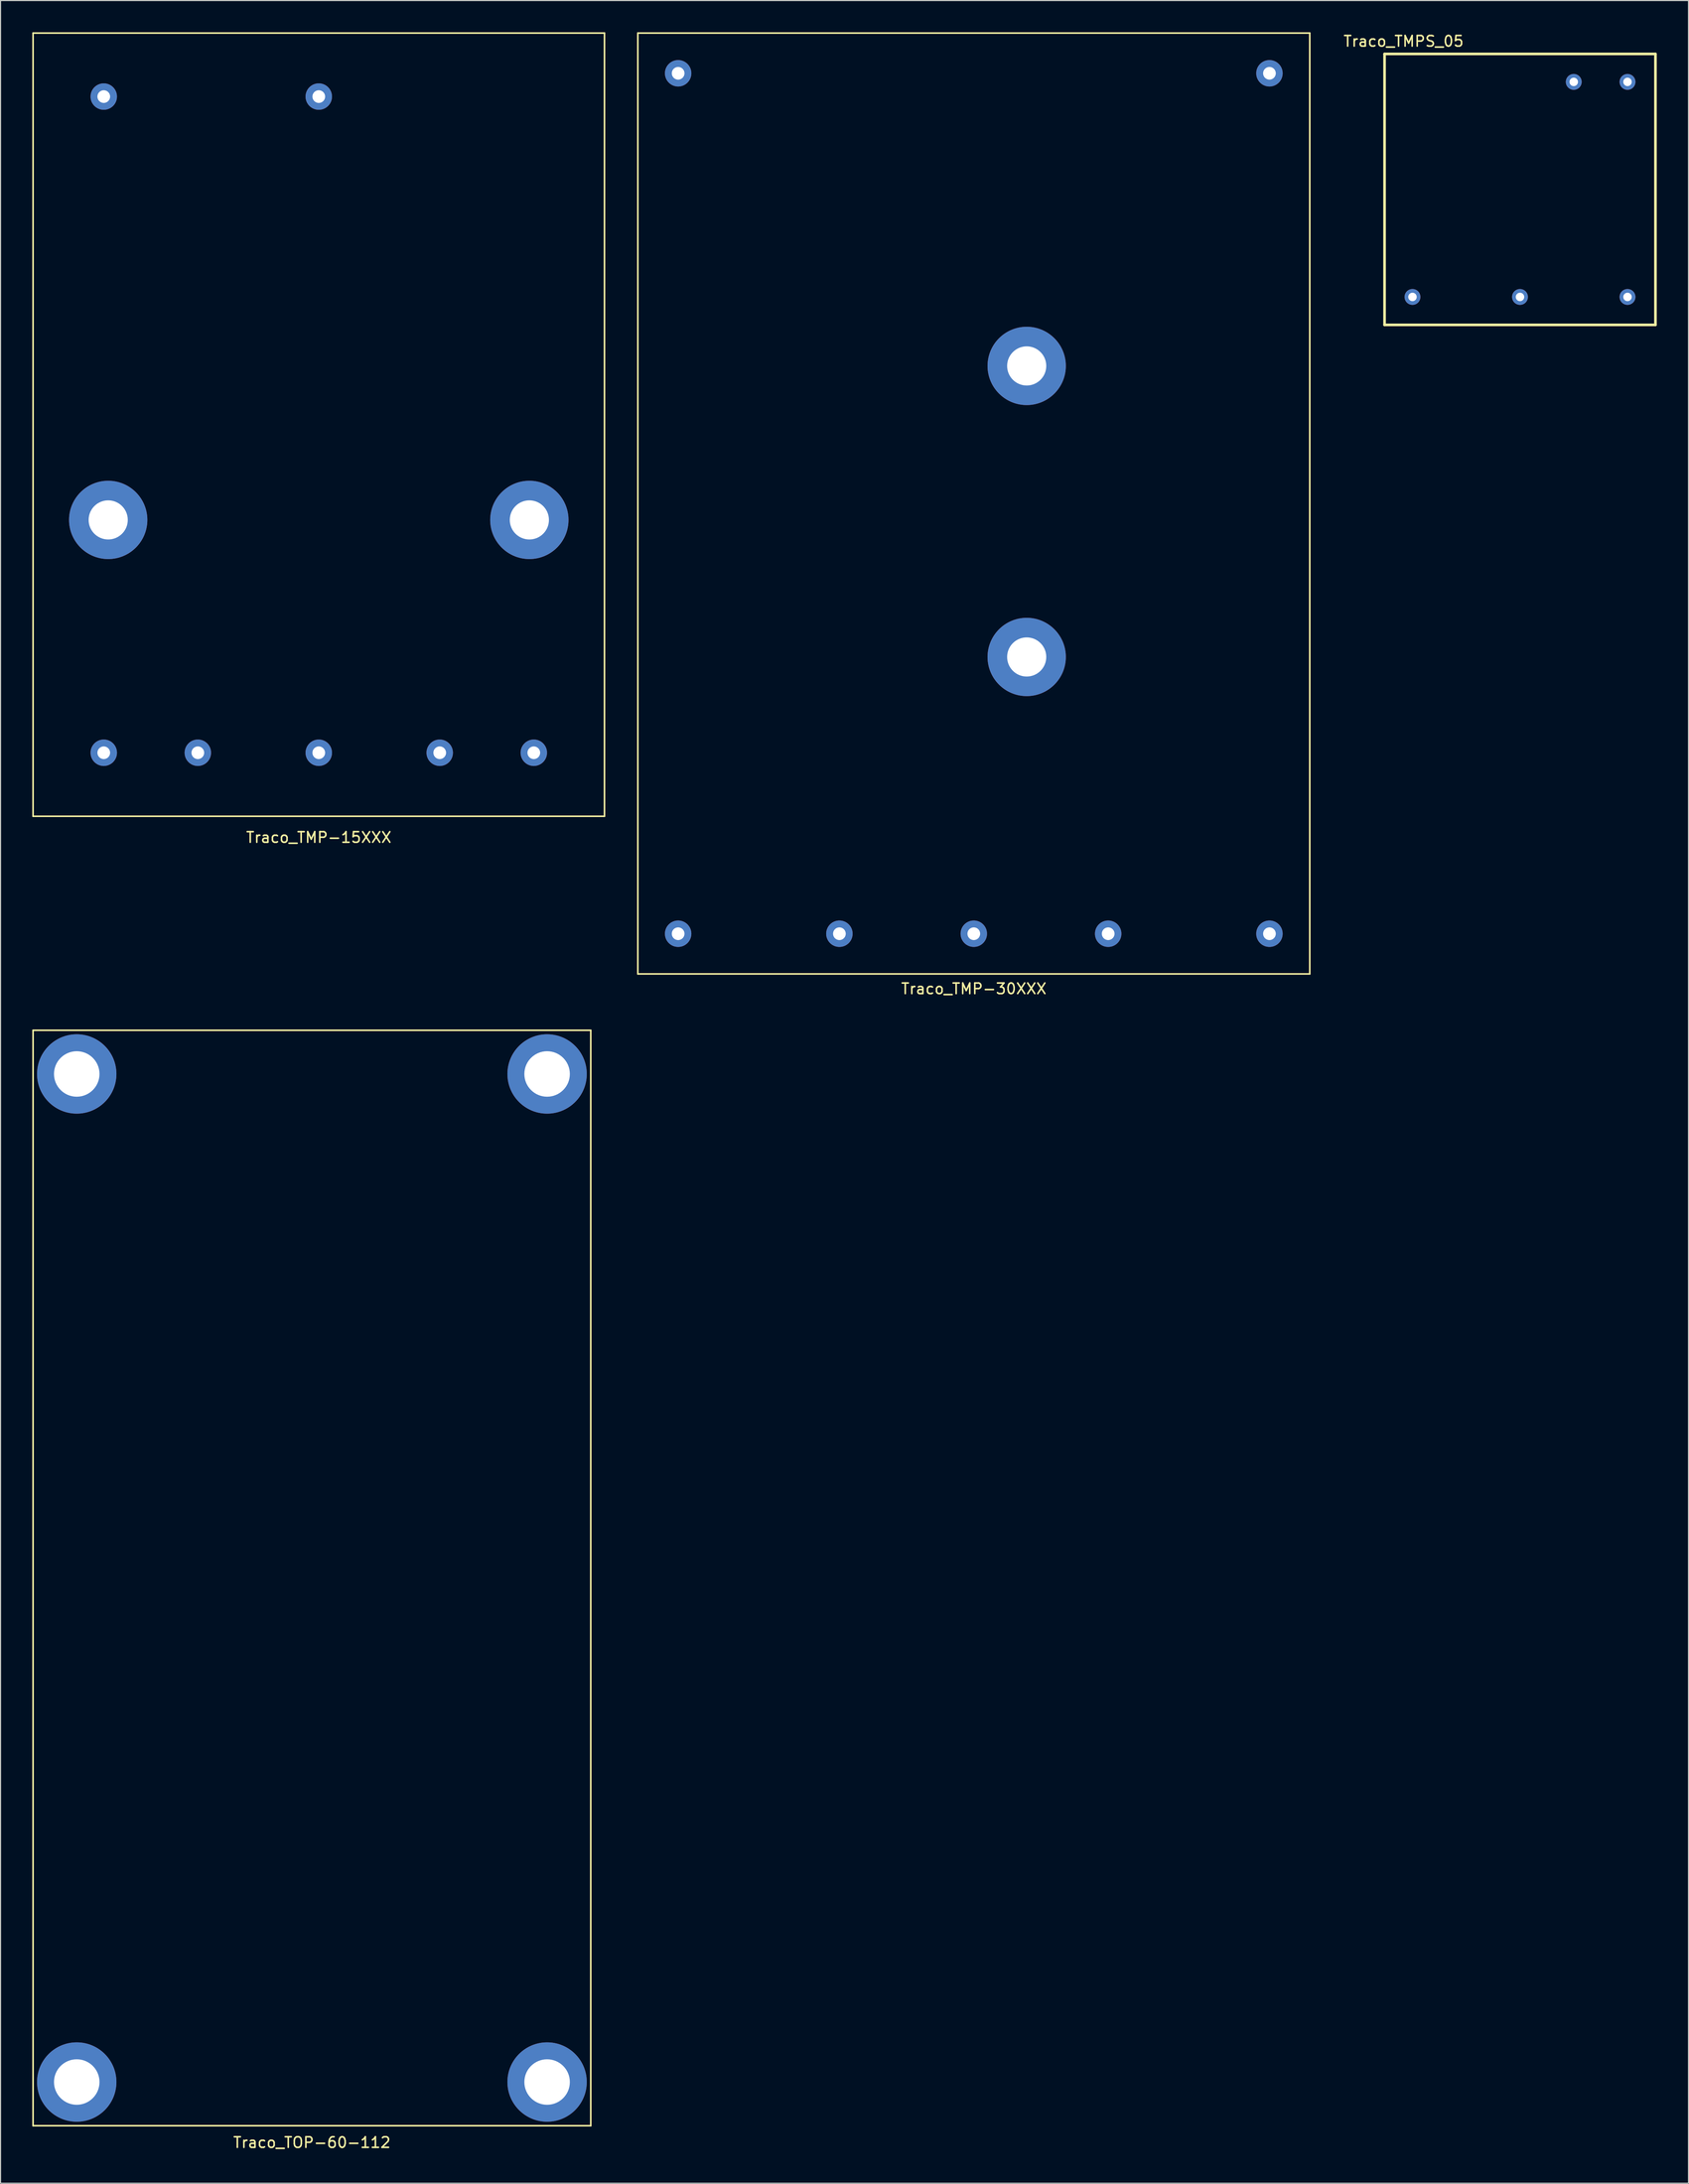
<source format=kicad_pcb>
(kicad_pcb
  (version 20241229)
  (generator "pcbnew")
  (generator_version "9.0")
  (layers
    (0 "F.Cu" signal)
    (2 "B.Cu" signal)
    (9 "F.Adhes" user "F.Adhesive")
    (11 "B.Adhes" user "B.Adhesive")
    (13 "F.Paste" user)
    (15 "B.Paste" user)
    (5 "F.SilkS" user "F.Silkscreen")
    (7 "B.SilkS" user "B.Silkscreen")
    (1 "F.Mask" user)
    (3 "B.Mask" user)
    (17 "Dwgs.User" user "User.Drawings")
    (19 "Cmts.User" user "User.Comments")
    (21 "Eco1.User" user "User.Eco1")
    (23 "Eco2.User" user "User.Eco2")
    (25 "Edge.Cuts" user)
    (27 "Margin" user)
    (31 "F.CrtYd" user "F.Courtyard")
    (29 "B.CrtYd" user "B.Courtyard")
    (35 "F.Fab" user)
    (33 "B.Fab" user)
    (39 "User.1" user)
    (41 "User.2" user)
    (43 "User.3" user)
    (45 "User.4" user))
  (footprint "Traco_TOP-60-112"
    (layer "F.Cu")
    (at 26.427 146.051)
    (property "Reference" "Traco_TOP-60-112" (at 0 53.34 0) (layer "F.SilkS") (effects (font (size 1 1) (thickness 0.15))))
    (attr through_hole)
    (fp_line (start -26.352 -51.752) (end -26.352 51.752) (stroke (width 0.15) (type solid)) (layer "F.SilkS"))
    (fp_line (start -26.352 -51.752) (end 26.352 -51.752) (stroke (width 0.15) (type solid)) (layer "F.SilkS"))
    (fp_line (start -26.352 51.752) (end 26.352 51.752) (stroke (width 0.15) (type solid)) (layer "F.SilkS"))
    (fp_line (start 26.352 -51.752) (end 26.352 51.752) (stroke (width 0.15) (type solid)) (layer "F.SilkS"))
    (pad "" np_thru_hole circle (at -22.225 -47.625) (size 7.5 7.5) (drill 4.3) (layers "*.Cu" "*.Mask"))
    (pad "" np_thru_hole circle (at -22.225 47.625) (size 7.5 7.5) (drill 4.3) (layers "*.Cu" "*.Mask"))
    (pad "" np_thru_hole circle (at 22.225 -47.625) (size 7.5 7.5) (drill 4.3) (layers "*.Cu" "*.Mask"))
    (pad "" np_thru_hole circle (at 22.225 47.625) (size 7.5 7.5) (drill 4.3) (layers "*.Cu" "*.Mask")))
  (footprint "Traco_TMP-15XXX"
    (layer "F.Cu")
    (at 27.075 6.075)
    (property "Reference" "Traco_TMP-15XXX" (at 0 70 0) (layer "F.SilkS") (effects (font (size 1 1) (thickness 0.15))))
    (attr through_hole)
    (fp_line (start -27 -6) (end -27 68) (stroke (width 0.15) (type solid)) (layer "F.SilkS"))
    (fp_line (start -27 -6) (end 27 -6) (stroke (width 0.15) (type solid)) (layer "F.SilkS"))
    (fp_line (start -27 68) (end 27 68) (stroke (width 0.15) (type solid)) (layer "F.SilkS"))
    (fp_line (start 27 -6) (end 27 68) (stroke (width 0.15) (type solid)) (layer "F.SilkS"))
    (pad "" np_thru_hole circle (at -19.9 40) (size 7.4 7.4) (drill 3.7) (layers "*.Cu" "*.Mask"))
    (pad "" np_thru_hole circle (at 19.9 40) (size 7.4 7.4) (drill 3.7) (layers "*.Cu" "*.Mask"))
    (pad "1" thru_hole circle (at 0 0) (size 2.5 2.5) (drill 1.2) (layers "*.Cu" "*.Mask"))
    (pad "2" thru_hole circle (at -20.32 0) (size 2.5 2.5) (drill 1.2) (layers "*.Cu" "*.Mask"))
    (pad "3" thru_hole circle (at -20.32 62) (size 2.5 2.5) (drill 1.2) (layers "*.Cu" "*.Mask"))
    (pad "4" thru_hole circle (at -11.43 62) (size 2.5 2.5) (drill 1.2) (layers "*.Cu" "*.Mask"))
    (pad "5" thru_hole circle (at 0 62) (size 2.5 2.5) (drill 1.2) (layers "*.Cu" "*.Mask"))
    (pad "6" thru_hole circle (at 11.43 62) (size 2.5 2.5) (drill 1.2) (layers "*.Cu" "*.Mask"))
    (pad "7" thru_hole circle (at 20.32 62) (size 2.5 2.5) (drill 1.2) (layers "*.Cu" "*.Mask")))
  (footprint "Traco_TMP-30XXX"
    (layer "F.Cu")
    (at 88.975 3.875)
    (property "Reference" "Traco_TMP-30XXX" (at 0 86.5 0) (layer "F.SilkS") (effects (font (size 1 1) (thickness 0.15))))
    (attr through_hole)
    (fp_line (start -31.75 -3.8) (end -31.75 85.1) (stroke (width 0.15) (type solid)) (layer "F.SilkS"))
    (fp_line (start -31.75 -3.8) (end 31.75 -3.8) (stroke (width 0.15) (type solid)) (layer "F.SilkS"))
    (fp_line (start -31.75 85.1) (end 31.75 85.1) (stroke (width 0.15) (type solid)) (layer "F.SilkS"))
    (fp_line (start 31.75 85.1) (end 31.75 -3.8) (stroke (width 0.15) (type solid)) (layer "F.SilkS"))
    (pad "" np_thru_hole circle (at 5 27.65) (size 7.4 7.4) (drill 3.7) (layers "*.Cu" "*.Mask"))
    (pad "" np_thru_hole circle (at 5 55.15) (size 7.4 7.4) (drill 3.7) (layers "*.Cu" "*.Mask"))
    (pad "1" thru_hole circle (at -27.94 0) (size 2.5 2.5) (drill 1.2) (layers "*.Cu" "*.Mask"))
    (pad "2" thru_hole circle (at 27.94 0) (size 2.5 2.5) (drill 1.2) (layers "*.Cu" "*.Mask"))
    (pad "3" thru_hole circle (at -27.94 81.3) (size 2.5 2.5) (drill 1.2) (layers "*.Cu" "*.Mask"))
    (pad "4" thru_hole circle (at -12.7 81.3) (size 2.5 2.5) (drill 1.2) (layers "*.Cu" "*.Mask"))
    (pad "5" thru_hole circle (at 0 81.3) (size 2.5 2.5) (drill 1.2) (layers "*.Cu" "*.Mask"))
    (pad "6" thru_hole circle (at 12.7 81.3) (size 2.5 2.5) (drill 1.2) (layers "*.Cu" "*.Mask"))
    (pad "7" thru_hole circle (at 27.94 81.3) (size 2.5 2.5) (drill 1.2) (layers "*.Cu" "*.Mask")))
  (footprint "Traco_TMPS_05"
    (layer "F.Cu")
    (at 140.592 14.848)
    (property "Reference" "Traco_TMPS_05" (at -11 -14 0) (layer "F.SilkS") (effects (font (size 1 1) (thickness 0.15))))
    (attr through_hole)
    (fp_line (start -12.8 -12.8) (end -12.8 12.8) (stroke (width 0.25) (type solid)) (layer "F.SilkS"))
    (fp_line (start -12.8 -12.8) (end 12.8 -12.8) (stroke (width 0.25) (type solid)) (layer "F.SilkS"))
    (fp_line (start -12.8 12.8) (end 12.8 12.8) (stroke (width 0.25) (type solid)) (layer "F.SilkS"))
    (fp_line (start 12.8 -12.8) (end 12.8 12.8) (stroke (width 0.25) (type solid)) (layer "F.SilkS"))
    (pad "1" thru_hole circle (at 10.16 -10.16) (size 1.5 1.5) (drill 0.8) (layers "*.Cu" "*.Mask"))
    (pad "2" thru_hole circle (at 5.08 -10.16) (size 1.5 1.5) (drill 0.8) (layers "*.Cu" "*.Mask"))
    (pad "3" thru_hole circle (at -10.16 10.16) (size 1.5 1.5) (drill 0.8) (layers "*.Cu" "*.Mask"))
    (pad "4" thru_hole circle (at 0 10.16) (size 1.5 1.5) (drill 0.8) (layers "*.Cu" "*.Mask"))
    (pad "5" thru_hole circle (at 10.16 10.16) (size 1.5 1.5) (drill 0.8) (layers "*.Cu" "*.Mask")))
  (gr_rect
    (start -3 -3)
    (end 156.517 203.239)
    (stroke (width 0.1) (type default))
    (fill no)
    (layer "Edge.Cuts")))
</source>
